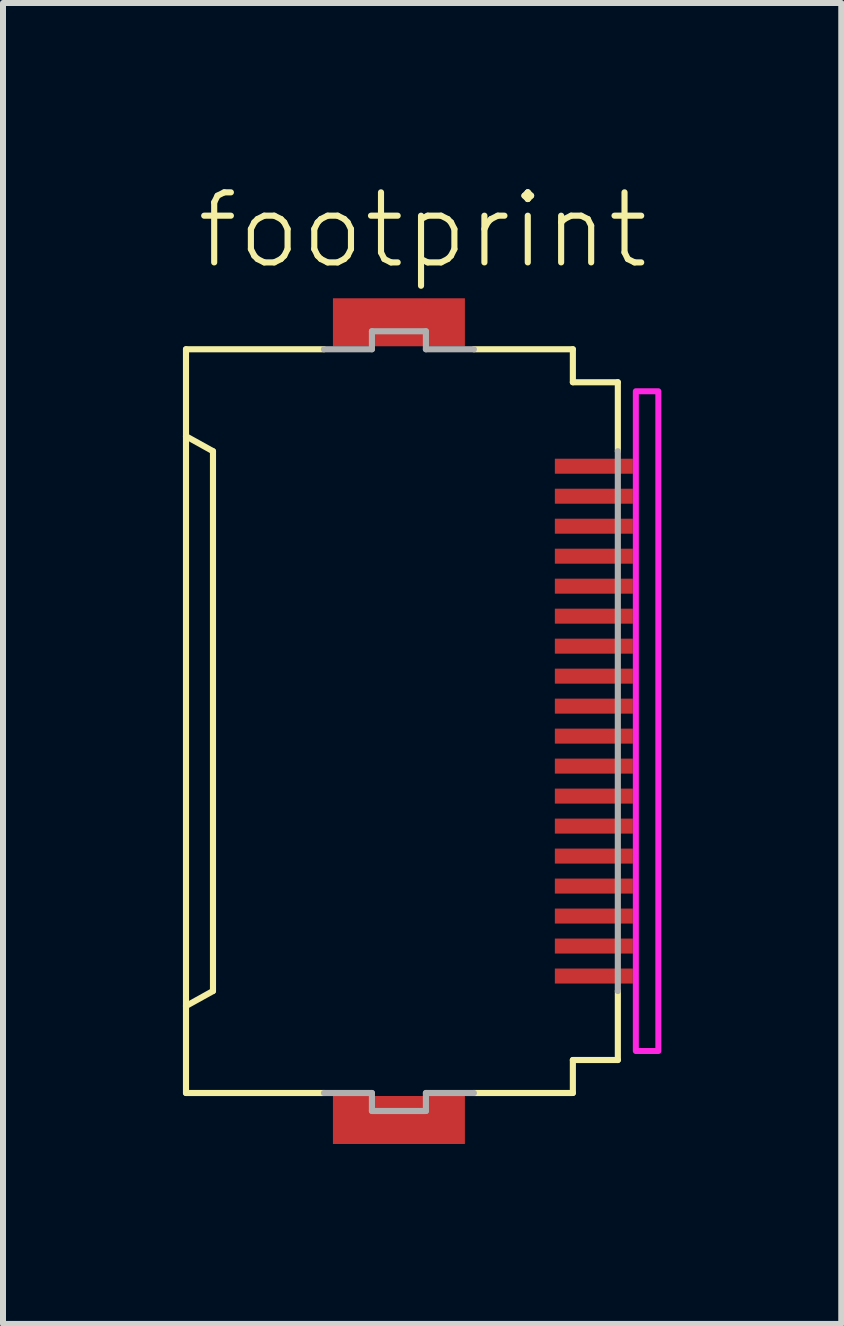
<source format=kicad_pcb>
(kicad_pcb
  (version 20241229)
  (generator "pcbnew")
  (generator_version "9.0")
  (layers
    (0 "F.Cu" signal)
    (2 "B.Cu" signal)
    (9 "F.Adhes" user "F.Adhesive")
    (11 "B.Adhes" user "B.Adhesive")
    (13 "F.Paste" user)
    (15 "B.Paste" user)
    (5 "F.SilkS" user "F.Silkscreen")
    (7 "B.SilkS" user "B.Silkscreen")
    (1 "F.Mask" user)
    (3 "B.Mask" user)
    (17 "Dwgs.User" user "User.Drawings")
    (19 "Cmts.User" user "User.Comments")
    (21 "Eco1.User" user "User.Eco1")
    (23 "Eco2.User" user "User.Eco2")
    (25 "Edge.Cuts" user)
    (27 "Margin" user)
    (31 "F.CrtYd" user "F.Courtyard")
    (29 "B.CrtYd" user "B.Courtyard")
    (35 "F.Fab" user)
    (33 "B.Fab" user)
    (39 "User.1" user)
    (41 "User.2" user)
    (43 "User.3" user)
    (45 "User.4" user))
  (footprint "footprint"
    (layer "F.Cu")
    (at 3.676 8.973)
    (property "Reference" "footprint" (at -3.5 -7.5 0) (layer "F.SilkS") (effects (font (size 1.168 1.168) (thickness 0.102)) (justify left bottom)))
    (fp_poly (pts (xy 2.475 -4.075) (xy 3.875 -4.075) (xy 3.875 -4.425) (xy 2.475 -4.425)) (stroke (width 0) (type solid)) (fill yes) (layer "F.Mask"))
    (fp_poly (pts (xy 2.475 -3.575) (xy 3.875 -3.575) (xy 3.875 -3.925) (xy 2.475 -3.925)) (stroke (width 0) (type solid)) (fill yes) (layer "F.Mask"))
    (fp_poly (pts (xy 2.475 -3.075) (xy 3.875 -3.075) (xy 3.875 -3.425) (xy 2.475 -3.425)) (stroke (width 0) (type solid)) (fill yes) (layer "F.Mask"))
    (fp_poly (pts (xy 2.475 -2.575) (xy 3.875 -2.575) (xy 3.875 -2.925) (xy 2.475 -2.925)) (stroke (width 0) (type solid)) (fill yes) (layer "F.Mask"))
    (fp_poly (pts (xy 2.475 -2.075) (xy 3.875 -2.075) (xy 3.875 -2.425) (xy 2.475 -2.425)) (stroke (width 0) (type solid)) (fill yes) (layer "F.Mask"))
    (fp_poly (pts (xy 2.475 -1.575) (xy 3.875 -1.575) (xy 3.875 -1.925) (xy 2.475 -1.925)) (stroke (width 0) (type solid)) (fill yes) (layer "F.Mask"))
    (fp_poly (pts (xy 2.475 -1.075) (xy 3.875 -1.075) (xy 3.875 -1.425) (xy 2.475 -1.425)) (stroke (width 0) (type solid)) (fill yes) (layer "F.Mask"))
    (fp_poly (pts (xy 2.475 -0.575) (xy 3.875 -0.575) (xy 3.875 -0.925) (xy 2.475 -0.925)) (stroke (width 0) (type solid)) (fill yes) (layer "F.Mask"))
    (fp_poly (pts (xy 2.475 -0.075) (xy 3.875 -0.075) (xy 3.875 -0.425) (xy 2.475 -0.425)) (stroke (width 0) (type solid)) (fill yes) (layer "F.Mask"))
    (fp_poly (pts (xy 2.475 0.425) (xy 3.875 0.425) (xy 3.875 0.075) (xy 2.475 0.075)) (stroke (width 0) (type solid)) (fill yes) (layer "F.Mask"))
    (fp_poly (pts (xy 2.475 0.925) (xy 3.875 0.925) (xy 3.875 0.575) (xy 2.475 0.575)) (stroke (width 0) (type solid)) (fill yes) (layer "F.Mask"))
    (fp_poly (pts (xy 2.475 1.425) (xy 3.875 1.425) (xy 3.875 1.075) (xy 2.475 1.075)) (stroke (width 0) (type solid)) (fill yes) (layer "F.Mask"))
    (fp_poly (pts (xy 2.475 1.925) (xy 3.875 1.925) (xy 3.875 1.575) (xy 2.475 1.575)) (stroke (width 0) (type solid)) (fill yes) (layer "F.Mask"))
    (fp_poly (pts (xy 2.475 2.425) (xy 3.875 2.425) (xy 3.875 2.075) (xy 2.475 2.075)) (stroke (width 0) (type solid)) (fill yes) (layer "F.Mask"))
    (fp_poly (pts (xy 2.475 2.925) (xy 3.875 2.925) (xy 3.875 2.575) (xy 2.475 2.575)) (stroke (width 0) (type solid)) (fill yes) (layer "F.Mask"))
    (fp_poly (pts (xy 2.475 3.425) (xy 3.875 3.425) (xy 3.875 3.075) (xy 2.475 3.075)) (stroke (width 0) (type solid)) (fill yes) (layer "F.Mask"))
    (fp_poly (pts (xy 2.475 3.925) (xy 3.875 3.925) (xy 3.875 3.575) (xy 2.475 3.575)) (stroke (width 0) (type solid)) (fill yes) (layer "F.Mask"))
    (fp_poly (pts (xy 2.475 4.425) (xy 3.875 4.425) (xy 3.875 4.075) (xy 2.475 4.075)) (stroke (width 0) (type solid)) (fill yes) (layer "F.Mask"))
    (fp_line (start -3.625 -6.2) (end -1.325 -6.2) (stroke (width 0.102) (type solid)) (layer "F.SilkS"))
    (fp_line (start -3.625 -4.75) (end -3.625 -6.2) (stroke (width 0.102) (type solid)) (layer "F.SilkS"))
    (fp_line (start -3.625 -4.75) (end -3.625 4.75) (stroke (width 0.102) (type solid)) (layer "F.SilkS"))
    (fp_line (start -3.625 4.75) (end -3.175 4.5) (stroke (width 0.102) (type solid)) (layer "F.SilkS"))
    (fp_line (start -3.625 6.2) (end -3.625 4.75) (stroke (width 0.102) (type solid)) (layer "F.SilkS"))
    (fp_line (start -3.175 -4.5) (end -3.625 -4.75) (stroke (width 0.102) (type solid)) (layer "F.SilkS"))
    (fp_line (start -3.175 4.5) (end -3.175 -4.5) (stroke (width 0.102) (type solid)) (layer "F.SilkS"))
    (fp_line (start -1.325 6.2) (end -3.625 6.2) (stroke (width 0.102) (type solid)) (layer "F.SilkS"))
    (fp_line (start 1.175 -6.2) (end 2.825 -6.2) (stroke (width 0.102) (type solid)) (layer "F.SilkS"))
    (fp_line (start 1.175 6.2) (end 2.825 6.2) (stroke (width 0.102) (type solid)) (layer "F.SilkS"))
    (fp_line (start 2.825 -6.2) (end 2.825 -5.65) (stroke (width 0.102) (type solid)) (layer "F.SilkS"))
    (fp_line (start 2.825 -5.65) (end 3.575 -5.65) (stroke (width 0.102) (type solid)) (layer "F.SilkS"))
    (fp_line (start 2.825 5.65) (end 2.825 6.2) (stroke (width 0.102) (type solid)) (layer "F.SilkS"))
    (fp_line (start 2.825 5.65) (end 3.575 5.65) (stroke (width 0.102) (type solid)) (layer "F.SilkS"))
    (fp_line (start 3.575 -5.65) (end 3.575 -4.5) (stroke (width 0.102) (type solid)) (layer "F.SilkS"))
    (fp_line (start 3.575 4.5) (end 3.575 5.65) (stroke (width 0.102) (type solid)) (layer "F.SilkS"))
    (fp_poly (pts (xy 3.875 5.5) (xy 4.25 5.5) (xy 4.25 -5.5) (xy 3.875 -5.5)) (stroke (width 0.1) (type solid)) (fill no) (layer "F.CrtYd"))
    (fp_line (start -1.325 -6.2) (end -0.525 -6.2) (stroke (width 0.102) (type solid)) (layer "F.Fab"))
    (fp_line (start -0.525 -6.5) (end 0.375 -6.5) (stroke (width 0.102) (type solid)) (layer "F.Fab"))
    (fp_line (start -0.525 -6.2) (end -0.525 -6.5) (stroke (width 0.102) (type solid)) (layer "F.Fab"))
    (fp_line (start -0.525 6.2) (end -1.325 6.2) (stroke (width 0.102) (type solid)) (layer "F.Fab"))
    (fp_line (start -0.525 6.5) (end -0.525 6.2) (stroke (width 0.102) (type solid)) (layer "F.Fab"))
    (fp_line (start 0.375 -6.5) (end 0.375 -6.2) (stroke (width 0.102) (type solid)) (layer "F.Fab"))
    (fp_line (start 0.375 -6.2) (end 1.175 -6.2) (stroke (width 0.102) (type solid)) (layer "F.Fab"))
    (fp_line (start 0.375 6.2) (end 0.375 6.5) (stroke (width 0.102) (type solid)) (layer "F.Fab"))
    (fp_line (start 0.375 6.5) (end -0.525 6.5) (stroke (width 0.102) (type solid)) (layer "F.Fab"))
    (fp_line (start 1.175 6.2) (end 0.375 6.2) (stroke (width 0.102) (type solid)) (layer "F.Fab"))
    (fp_line (start 3.575 -4.5) (end 3.575 4.5) (stroke (width 0.102) (type solid)) (layer "F.Fab"))
    (pad "1" smd rect (at 3.175 -4.25) (size 1.3 0.25) (layers "F.Cu" "F.Paste"))
    (pad "2" smd rect (at 3.175 -3.75) (size 1.3 0.25) (layers "F.Cu" "F.Paste"))
    (pad "3" smd rect (at 3.175 -3.25) (size 1.3 0.25) (layers "F.Cu" "F.Paste"))
    (pad "4" smd rect (at 3.175 -2.75) (size 1.3 0.25) (layers "F.Cu" "F.Paste"))
    (pad "5" smd rect (at 3.175 -2.25) (size 1.3 0.25) (layers "F.Cu" "F.Paste"))
    (pad "6" smd rect (at 3.175 -1.75) (size 1.3 0.25) (layers "F.Cu" "F.Paste"))
    (pad "7" smd rect (at 3.175 -1.25) (size 1.3 0.25) (layers "F.Cu" "F.Paste"))
    (pad "8" smd rect (at 3.175 -0.75) (size 1.3 0.25) (layers "F.Cu" "F.Paste"))
    (pad "9" smd rect (at 3.175 -0.25) (size 1.3 0.25) (layers "F.Cu" "F.Paste"))
    (pad "10" smd rect (at 3.175 0.25) (size 1.3 0.25) (layers "F.Cu" "F.Paste"))
    (pad "11" smd rect (at 3.175 0.75) (size 1.3 0.25) (layers "F.Cu" "F.Paste"))
    (pad "12" smd rect (at 3.175 1.25) (size 1.3 0.25) (layers "F.Cu" "F.Paste"))
    (pad "13" smd rect (at 3.175 1.75) (size 1.3 0.25) (layers "F.Cu" "F.Paste"))
    (pad "14" smd rect (at 3.175 2.25) (size 1.3 0.25) (layers "F.Cu" "F.Paste"))
    (pad "15" smd rect (at 3.175 2.75) (size 1.3 0.25) (layers "F.Cu" "F.Paste"))
    (pad "16" smd rect (at 3.175 3.25) (size 1.3 0.25) (layers "F.Cu" "F.Paste"))
    (pad "17" smd rect (at 3.175 3.75) (size 1.3 0.25) (layers "F.Cu" "F.Paste"))
    (pad "18" smd rect (at 3.175 4.25) (size 1.3 0.25) (layers "F.Cu" "F.Paste"))
    (pad "M1" smd rect (at -0.075 -6.65) (size 2.2 0.8) (layers "F.Cu" "F.Mask" "F.Paste"))
    (pad "M2" smd rect (at -0.075 6.65) (size 2.2 0.8) (layers "F.Cu" "F.Mask" "F.Paste"))
    (zone (net_name "") (layers "F.Cu" "B.Cu") (hatch edge 0.508) (connect_pads) (min_thickness 0.254) (filled_areas_thickness no) (keepout (tracks allowed) (vias not_allowed) (pads allowed) (copperpour allowed) (footprints allowed)) (placement (enabled no)) (fill) (polygon (pts (xy 3.901 13.473) (xy 6.151 13.473) (xy 6.151 4.473) (xy 3.901 4.473)))))
  (gr_rect
    (start -3 -3)
    (end 10.976 19.023)
    (stroke (width 0.1) (type default))
    (fill no)
    (layer "Edge.Cuts")))
</source>
